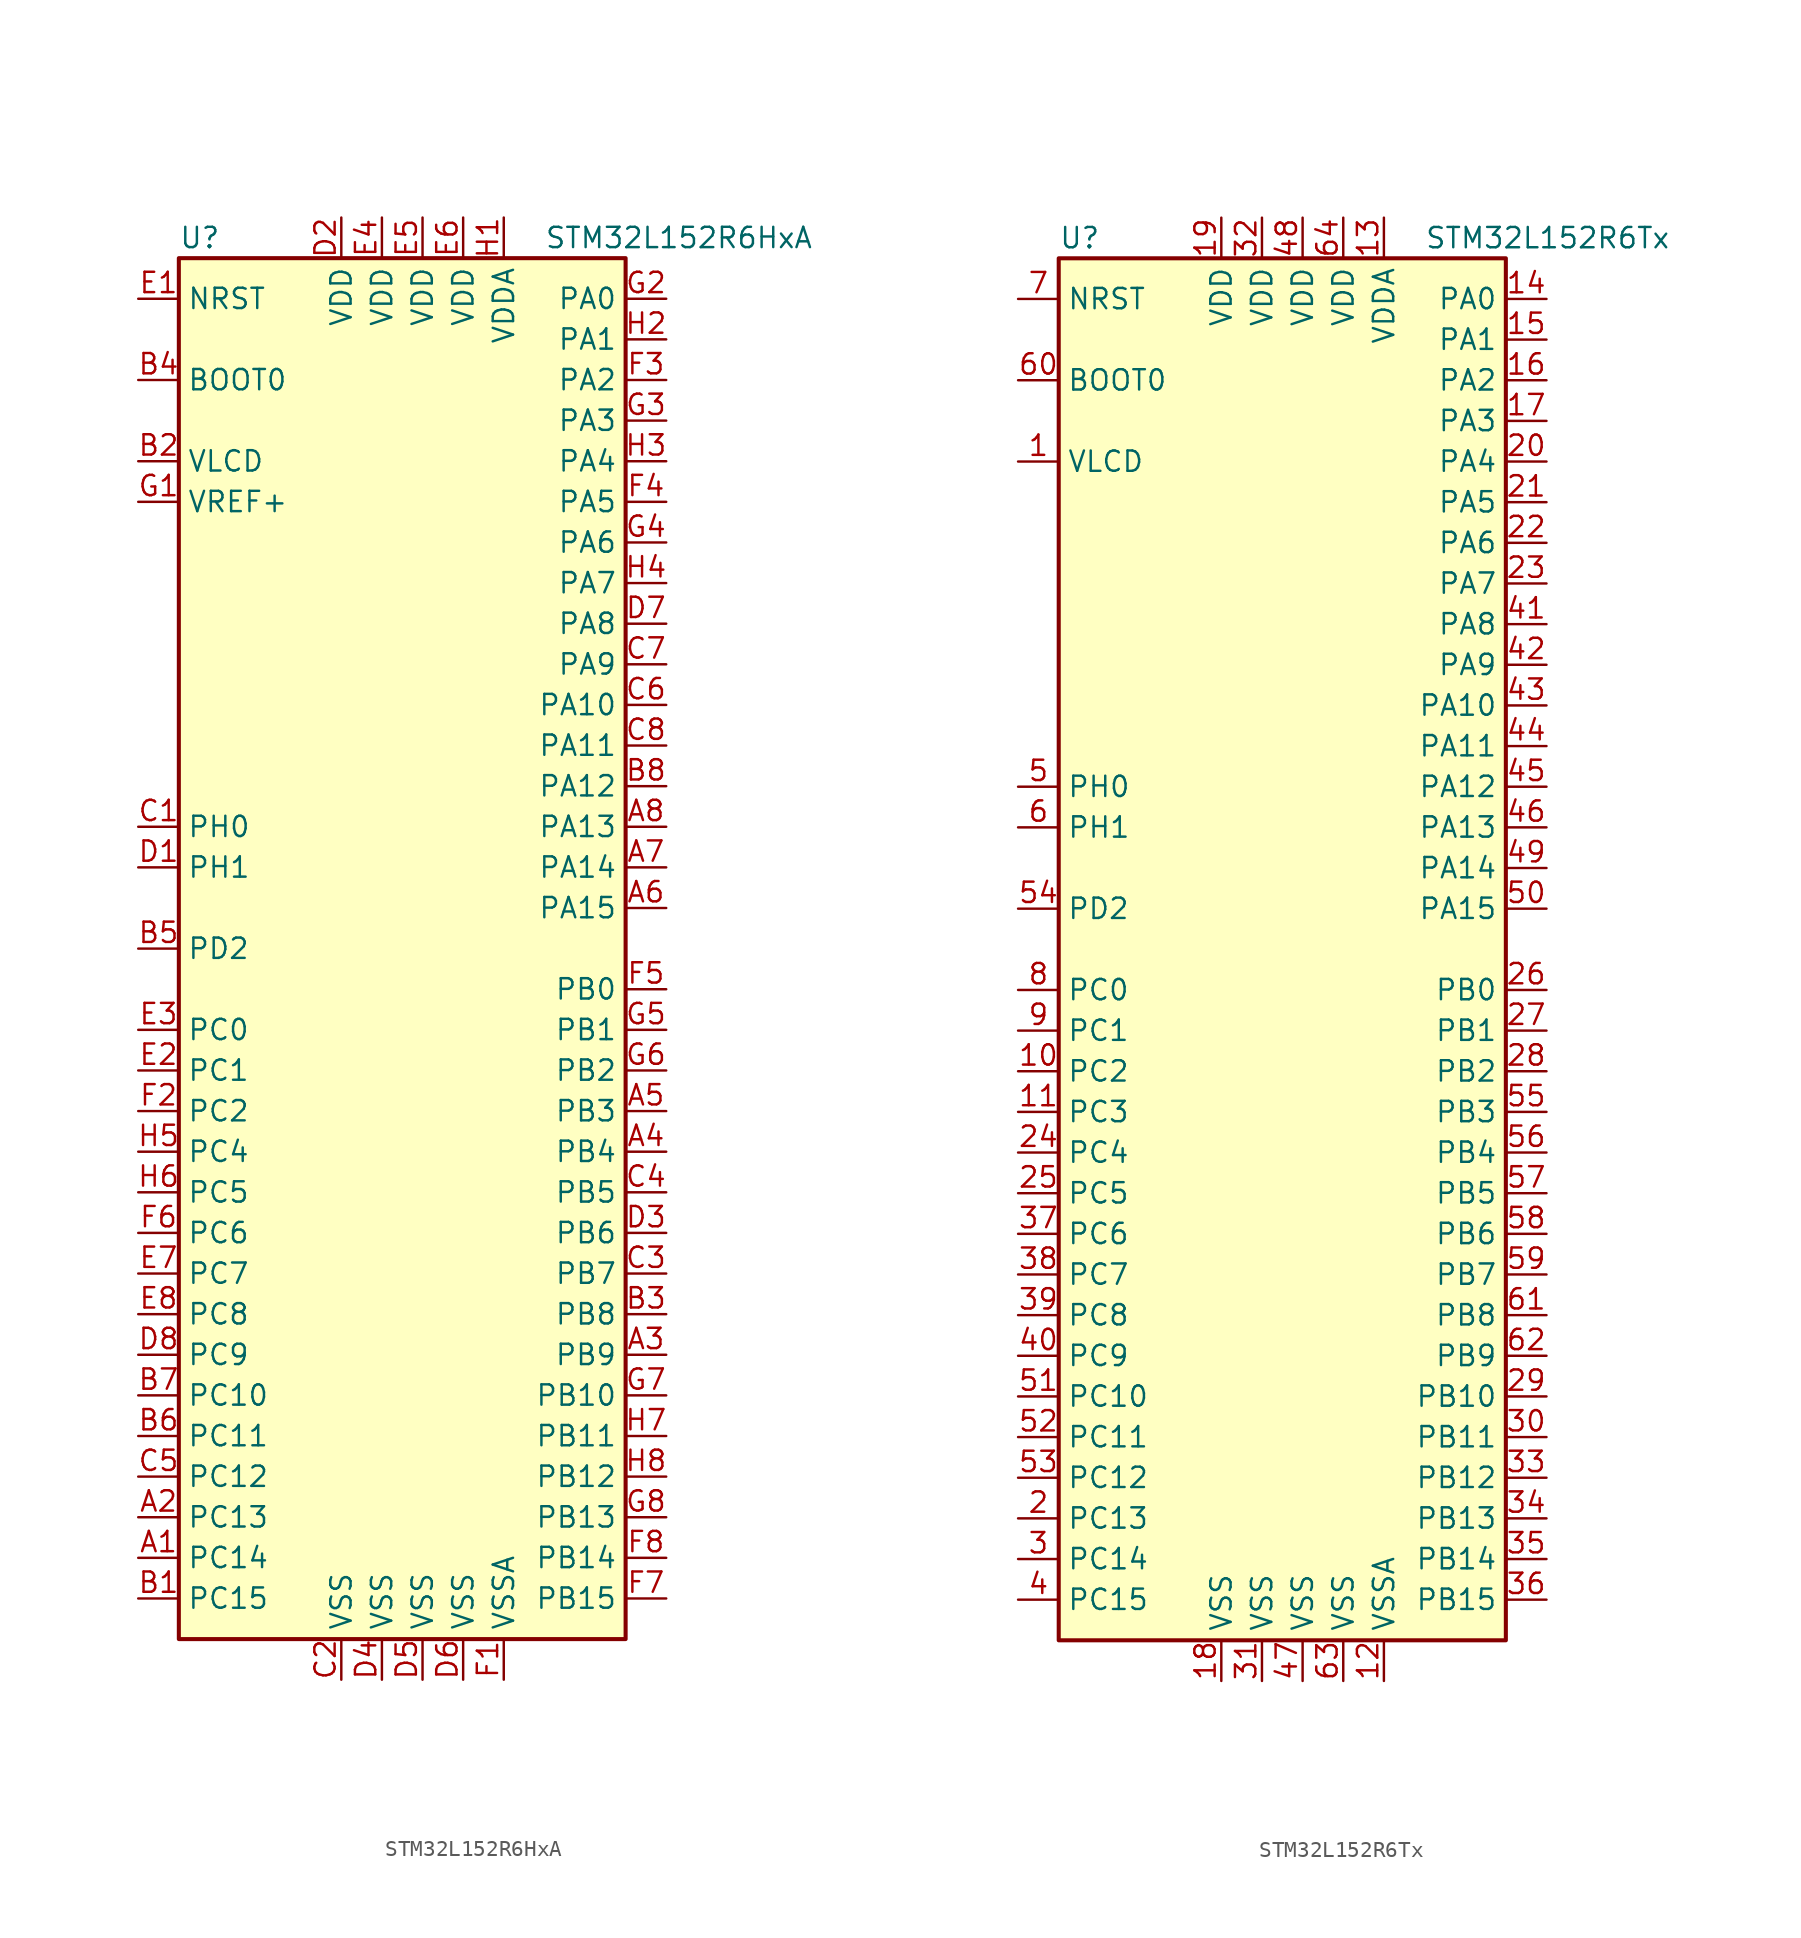
<source format=kicad_sym>
(kicad_symbol_lib
  (version 20201005)
  (generator kicad_symbol_editor)
  (symbol "STM32L152R6HxA"
    (property "Reference" "U"
      (at -15.24 44.45 0)
      (effects (font (size 1.27 1.27)) (justify left)))
    (property "Value" "STM32L152R6HxA"
      (at 7.62 44.45 0)
      (effects (font (size 1.27 1.27)) (justify left)))
    (symbol "STM32L152R6HxA_0_1"
      (rectangle (start -15.24 -43.18) (end 12.7 43.18) (stroke (width 0.254)) (fill (type background))))
    (symbol "STM32L152R6HxA_1_1"
      (pin input line (at -17.78 35.56 0) (length 2.54) (name "BOOT0" (effects (font (size 1.27 1.27)))) (number "B4" (effects (font (size 1.27 1.27)))))
      (pin input line (at -17.78 40.64 0) (length 2.54) (name "NRST" (effects (font (size 1.27 1.27)))) (number "E1" (effects (font (size 1.27 1.27)))))
      (pin bidirectional line (at 15.24 40.64 180) (length 2.54) (name "PA0" (effects (font (size 1.27 1.27)))) (number "G2" (effects (font (size 1.27 1.27)))))
      (pin bidirectional line (at 15.24 38.1 180) (length 2.54) (name "PA1" (effects (font (size 1.27 1.27)))) (number "H2" (effects (font (size 1.27 1.27)))))
      (pin bidirectional line (at 15.24 15.24 180) (length 2.54) (name "PA10" (effects (font (size 1.27 1.27)))) (number "C6" (effects (font (size 1.27 1.27)))))
      (pin bidirectional line (at 15.24 12.7 180) (length 2.54) (name "PA11" (effects (font (size 1.27 1.27)))) (number "C8" (effects (font (size 1.27 1.27)))))
      (pin bidirectional line (at 15.24 10.16 180) (length 2.54) (name "PA12" (effects (font (size 1.27 1.27)))) (number "B8" (effects (font (size 1.27 1.27)))))
      (pin bidirectional line (at 15.24 7.62 180) (length 2.54) (name "PA13" (effects (font (size 1.27 1.27)))) (number "A8" (effects (font (size 1.27 1.27)))))
      (pin bidirectional line (at 15.24 5.08 180) (length 2.54) (name "PA14" (effects (font (size 1.27 1.27)))) (number "A7" (effects (font (size 1.27 1.27)))))
      (pin bidirectional line (at 15.24 2.54 180) (length 2.54) (name "PA15" (effects (font (size 1.27 1.27)))) (number "A6" (effects (font (size 1.27 1.27)))))
      (pin bidirectional line (at 15.24 35.56 180) (length 2.54) (name "PA2" (effects (font (size 1.27 1.27)))) (number "F3" (effects (font (size 1.27 1.27)))))
      (pin bidirectional line (at 15.24 33.02 180) (length 2.54) (name "PA3" (effects (font (size 1.27 1.27)))) (number "G3" (effects (font (size 1.27 1.27)))))
      (pin bidirectional line (at 15.24 30.48 180) (length 2.54) (name "PA4" (effects (font (size 1.27 1.27)))) (number "H3" (effects (font (size 1.27 1.27)))))
      (pin bidirectional line (at 15.24 27.94 180) (length 2.54) (name "PA5" (effects (font (size 1.27 1.27)))) (number "F4" (effects (font (size 1.27 1.27)))))
      (pin bidirectional line (at 15.24 25.4 180) (length 2.54) (name "PA6" (effects (font (size 1.27 1.27)))) (number "G4" (effects (font (size 1.27 1.27)))))
      (pin bidirectional line (at 15.24 22.86 180) (length 2.54) (name "PA7" (effects (font (size 1.27 1.27)))) (number "H4" (effects (font (size 1.27 1.27)))))
      (pin bidirectional line (at 15.24 20.32 180) (length 2.54) (name "PA8" (effects (font (size 1.27 1.27)))) (number "D7" (effects (font (size 1.27 1.27)))))
      (pin bidirectional line (at 15.24 17.78 180) (length 2.54) (name "PA9" (effects (font (size 1.27 1.27)))) (number "C7" (effects (font (size 1.27 1.27)))))
      (pin bidirectional line (at 15.24 -2.54 180) (length 2.54) (name "PB0" (effects (font (size 1.27 1.27)))) (number "F5" (effects (font (size 1.27 1.27)))))
      (pin bidirectional line (at 15.24 -5.08 180) (length 2.54) (name "PB1" (effects (font (size 1.27 1.27)))) (number "G5" (effects (font (size 1.27 1.27)))))
      (pin bidirectional line (at 15.24 -27.94 180) (length 2.54) (name "PB10" (effects (font (size 1.27 1.27)))) (number "G7" (effects (font (size 1.27 1.27)))))
      (pin bidirectional line (at 15.24 -30.48 180) (length 2.54) (name "PB11" (effects (font (size 1.27 1.27)))) (number "H7" (effects (font (size 1.27 1.27)))))
      (pin bidirectional line (at 15.24 -33.02 180) (length 2.54) (name "PB12" (effects (font (size 1.27 1.27)))) (number "H8" (effects (font (size 1.27 1.27)))))
      (pin bidirectional line (at 15.24 -35.56 180) (length 2.54) (name "PB13" (effects (font (size 1.27 1.27)))) (number "G8" (effects (font (size 1.27 1.27)))))
      (pin bidirectional line (at 15.24 -38.1 180) (length 2.54) (name "PB14" (effects (font (size 1.27 1.27)))) (number "F8" (effects (font (size 1.27 1.27)))))
      (pin bidirectional line (at 15.24 -40.64 180) (length 2.54) (name "PB15" (effects (font (size 1.27 1.27)))) (number "F7" (effects (font (size 1.27 1.27)))))
      (pin bidirectional line (at 15.24 -7.62 180) (length 2.54) (name "PB2" (effects (font (size 1.27 1.27)))) (number "G6" (effects (font (size 1.27 1.27)))))
      (pin bidirectional line (at 15.24 -10.16 180) (length 2.54) (name "PB3" (effects (font (size 1.27 1.27)))) (number "A5" (effects (font (size 1.27 1.27)))))
      (pin bidirectional line (at 15.24 -12.7 180) (length 2.54) (name "PB4" (effects (font (size 1.27 1.27)))) (number "A4" (effects (font (size 1.27 1.27)))))
      (pin bidirectional line (at 15.24 -15.24 180) (length 2.54) (name "PB5" (effects (font (size 1.27 1.27)))) (number "C4" (effects (font (size 1.27 1.27)))))
      (pin bidirectional line (at 15.24 -17.78 180) (length 2.54) (name "PB6" (effects (font (size 1.27 1.27)))) (number "D3" (effects (font (size 1.27 1.27)))))
      (pin bidirectional line (at 15.24 -20.32 180) (length 2.54) (name "PB7" (effects (font (size 1.27 1.27)))) (number "C3" (effects (font (size 1.27 1.27)))))
      (pin bidirectional line (at 15.24 -22.86 180) (length 2.54) (name "PB8" (effects (font (size 1.27 1.27)))) (number "B3" (effects (font (size 1.27 1.27)))))
      (pin bidirectional line (at 15.24 -25.4 180) (length 2.54) (name "PB9" (effects (font (size 1.27 1.27)))) (number "A3" (effects (font (size 1.27 1.27)))))
      (pin bidirectional line (at -17.78 -5.08 0) (length 2.54) (name "PC0" (effects (font (size 1.27 1.27)))) (number "E3" (effects (font (size 1.27 1.27)))))
      (pin bidirectional line (at -17.78 -7.62 0) (length 2.54) (name "PC1" (effects (font (size 1.27 1.27)))) (number "E2" (effects (font (size 1.27 1.27)))))
      (pin bidirectional line (at -17.78 -27.94 0) (length 2.54) (name "PC10" (effects (font (size 1.27 1.27)))) (number "B7" (effects (font (size 1.27 1.27)))))
      (pin bidirectional line (at -17.78 -30.48 0) (length 2.54) (name "PC11" (effects (font (size 1.27 1.27)))) (number "B6" (effects (font (size 1.27 1.27)))))
      (pin bidirectional line (at -17.78 -33.02 0) (length 2.54) (name "PC12" (effects (font (size 1.27 1.27)))) (number "C5" (effects (font (size 1.27 1.27)))))
      (pin bidirectional line (at -17.78 -35.56 0) (length 2.54) (name "PC13" (effects (font (size 1.27 1.27)))) (number "A2" (effects (font (size 1.27 1.27)))))
      (pin bidirectional line (at -17.78 -38.1 0) (length 2.54) (name "PC14" (effects (font (size 1.27 1.27)))) (number "A1" (effects (font (size 1.27 1.27)))))
      (pin bidirectional line (at -17.78 -40.64 0) (length 2.54) (name "PC15" (effects (font (size 1.27 1.27)))) (number "B1" (effects (font (size 1.27 1.27)))))
      (pin bidirectional line (at -17.78 -10.16 0) (length 2.54) (name "PC2" (effects (font (size 1.27 1.27)))) (number "F2" (effects (font (size 1.27 1.27)))))
      (pin bidirectional line (at -17.78 -12.7 0) (length 2.54) (name "PC4" (effects (font (size 1.27 1.27)))) (number "H5" (effects (font (size 1.27 1.27)))))
      (pin bidirectional line (at -17.78 -15.24 0) (length 2.54) (name "PC5" (effects (font (size 1.27 1.27)))) (number "H6" (effects (font (size 1.27 1.27)))))
      (pin bidirectional line (at -17.78 -17.78 0) (length 2.54) (name "PC6" (effects (font (size 1.27 1.27)))) (number "F6" (effects (font (size 1.27 1.27)))))
      (pin bidirectional line (at -17.78 -20.32 0) (length 2.54) (name "PC7" (effects (font (size 1.27 1.27)))) (number "E7" (effects (font (size 1.27 1.27)))))
      (pin bidirectional line (at -17.78 -22.86 0) (length 2.54) (name "PC8" (effects (font (size 1.27 1.27)))) (number "E8" (effects (font (size 1.27 1.27)))))
      (pin bidirectional line (at -17.78 -25.4 0) (length 2.54) (name "PC9" (effects (font (size 1.27 1.27)))) (number "D8" (effects (font (size 1.27 1.27)))))
      (pin bidirectional line (at -17.78 0 0) (length 2.54) (name "PD2" (effects (font (size 1.27 1.27)))) (number "B5" (effects (font (size 1.27 1.27)))))
      (pin input line (at -17.78 7.62 0) (length 2.54) (name "PH0" (effects (font (size 1.27 1.27)))) (number "C1" (effects (font (size 1.27 1.27)))))
      (pin input line (at -17.78 5.08 0) (length 2.54) (name "PH1" (effects (font (size 1.27 1.27)))) (number "D1" (effects (font (size 1.27 1.27)))))
      (pin power_in line (at -5.08 45.72 270) (length 2.54) (name "VDD" (effects (font (size 1.27 1.27)))) (number "D2" (effects (font (size 1.27 1.27)))))
      (pin power_in line (at -2.54 45.72 270) (length 2.54) (name "VDD" (effects (font (size 1.27 1.27)))) (number "E4" (effects (font (size 1.27 1.27)))))
      (pin power_in line (at 0 45.72 270) (length 2.54) (name "VDD" (effects (font (size 1.27 1.27)))) (number "E5" (effects (font (size 1.27 1.27)))))
      (pin power_in line (at 2.54 45.72 270) (length 2.54) (name "VDD" (effects (font (size 1.27 1.27)))) (number "E6" (effects (font (size 1.27 1.27)))))
      (pin power_in line (at 5.08 45.72 270) (length 2.54) (name "VDDA" (effects (font (size 1.27 1.27)))) (number "H1" (effects (font (size 1.27 1.27)))))
      (pin power_in line (at -17.78 30.48 0) (length 2.54) (name "VLCD" (effects (font (size 1.27 1.27)))) (number "B2" (effects (font (size 1.27 1.27)))))
      (pin power_in line (at -17.78 27.94 0) (length 2.54) (name "VREF+" (effects (font (size 1.27 1.27)))) (number "G1" (effects (font (size 1.27 1.27)))))
      (pin power_in line (at -5.08 -45.72 90) (length 2.54) (name "VSS" (effects (font (size 1.27 1.27)))) (number "C2" (effects (font (size 1.27 1.27)))))
      (pin power_in line (at -2.54 -45.72 90) (length 2.54) (name "VSS" (effects (font (size 1.27 1.27)))) (number "D4" (effects (font (size 1.27 1.27)))))
      (pin power_in line (at 0 -45.72 90) (length 2.54) (name "VSS" (effects (font (size 1.27 1.27)))) (number "D5" (effects (font (size 1.27 1.27)))))
      (pin power_in line (at 2.54 -45.72 90) (length 2.54) (name "VSS" (effects (font (size 1.27 1.27)))) (number "D6" (effects (font (size 1.27 1.27)))))
      (pin power_in line (at 5.08 -45.72 90) (length 2.54) (name "VSSA" (effects (font (size 1.27 1.27)))) (number "F1" (effects (font (size 1.27 1.27)))))))
  (symbol "STM32L152R6Tx"
    (property "Reference" "U"
      (at -15.24 44.45 0)
      (effects (font (size 1.27 1.27)) (justify left)))
    (property "Value" "STM32L152R6Tx"
      (at 7.62 44.45 0)
      (effects (font (size 1.27 1.27)) (justify left)))
    (symbol "STM32L152R6Tx_0_1"
      (rectangle (start -15.24 -43.18) (end 12.7 43.18) (stroke (width 0.254)) (fill (type background))))
    (symbol "STM32L152R6Tx_1_1"
      (pin input line (at -17.78 35.56 0) (length 2.54) (name "BOOT0" (effects (font (size 1.27 1.27)))) (number "60" (effects (font (size 1.27 1.27)))))
      (pin input line (at -17.78 40.64 0) (length 2.54) (name "NRST" (effects (font (size 1.27 1.27)))) (number "7" (effects (font (size 1.27 1.27)))))
      (pin bidirectional line (at 15.24 40.64 180) (length 2.54) (name "PA0" (effects (font (size 1.27 1.27)))) (number "14" (effects (font (size 1.27 1.27)))))
      (pin bidirectional line (at 15.24 38.1 180) (length 2.54) (name "PA1" (effects (font (size 1.27 1.27)))) (number "15" (effects (font (size 1.27 1.27)))))
      (pin bidirectional line (at 15.24 15.24 180) (length 2.54) (name "PA10" (effects (font (size 1.27 1.27)))) (number "43" (effects (font (size 1.27 1.27)))))
      (pin bidirectional line (at 15.24 12.7 180) (length 2.54) (name "PA11" (effects (font (size 1.27 1.27)))) (number "44" (effects (font (size 1.27 1.27)))))
      (pin bidirectional line (at 15.24 10.16 180) (length 2.54) (name "PA12" (effects (font (size 1.27 1.27)))) (number "45" (effects (font (size 1.27 1.27)))))
      (pin bidirectional line (at 15.24 7.62 180) (length 2.54) (name "PA13" (effects (font (size 1.27 1.27)))) (number "46" (effects (font (size 1.27 1.27)))))
      (pin bidirectional line (at 15.24 5.08 180) (length 2.54) (name "PA14" (effects (font (size 1.27 1.27)))) (number "49" (effects (font (size 1.27 1.27)))))
      (pin bidirectional line (at 15.24 2.54 180) (length 2.54) (name "PA15" (effects (font (size 1.27 1.27)))) (number "50" (effects (font (size 1.27 1.27)))))
      (pin bidirectional line (at 15.24 35.56 180) (length 2.54) (name "PA2" (effects (font (size 1.27 1.27)))) (number "16" (effects (font (size 1.27 1.27)))))
      (pin bidirectional line (at 15.24 33.02 180) (length 2.54) (name "PA3" (effects (font (size 1.27 1.27)))) (number "17" (effects (font (size 1.27 1.27)))))
      (pin bidirectional line (at 15.24 30.48 180) (length 2.54) (name "PA4" (effects (font (size 1.27 1.27)))) (number "20" (effects (font (size 1.27 1.27)))))
      (pin bidirectional line (at 15.24 27.94 180) (length 2.54) (name "PA5" (effects (font (size 1.27 1.27)))) (number "21" (effects (font (size 1.27 1.27)))))
      (pin bidirectional line (at 15.24 25.4 180) (length 2.54) (name "PA6" (effects (font (size 1.27 1.27)))) (number "22" (effects (font (size 1.27 1.27)))))
      (pin bidirectional line (at 15.24 22.86 180) (length 2.54) (name "PA7" (effects (font (size 1.27 1.27)))) (number "23" (effects (font (size 1.27 1.27)))))
      (pin bidirectional line (at 15.24 20.32 180) (length 2.54) (name "PA8" (effects (font (size 1.27 1.27)))) (number "41" (effects (font (size 1.27 1.27)))))
      (pin bidirectional line (at 15.24 17.78 180) (length 2.54) (name "PA9" (effects (font (size 1.27 1.27)))) (number "42" (effects (font (size 1.27 1.27)))))
      (pin bidirectional line (at 15.24 -2.54 180) (length 2.54) (name "PB0" (effects (font (size 1.27 1.27)))) (number "26" (effects (font (size 1.27 1.27)))))
      (pin bidirectional line (at 15.24 -5.08 180) (length 2.54) (name "PB1" (effects (font (size 1.27 1.27)))) (number "27" (effects (font (size 1.27 1.27)))))
      (pin bidirectional line (at 15.24 -27.94 180) (length 2.54) (name "PB10" (effects (font (size 1.27 1.27)))) (number "29" (effects (font (size 1.27 1.27)))))
      (pin bidirectional line (at 15.24 -30.48 180) (length 2.54) (name "PB11" (effects (font (size 1.27 1.27)))) (number "30" (effects (font (size 1.27 1.27)))))
      (pin bidirectional line (at 15.24 -33.02 180) (length 2.54) (name "PB12" (effects (font (size 1.27 1.27)))) (number "33" (effects (font (size 1.27 1.27)))))
      (pin bidirectional line (at 15.24 -35.56 180) (length 2.54) (name "PB13" (effects (font (size 1.27 1.27)))) (number "34" (effects (font (size 1.27 1.27)))))
      (pin bidirectional line (at 15.24 -38.1 180) (length 2.54) (name "PB14" (effects (font (size 1.27 1.27)))) (number "35" (effects (font (size 1.27 1.27)))))
      (pin bidirectional line (at 15.24 -40.64 180) (length 2.54) (name "PB15" (effects (font (size 1.27 1.27)))) (number "36" (effects (font (size 1.27 1.27)))))
      (pin bidirectional line (at 15.24 -7.62 180) (length 2.54) (name "PB2" (effects (font (size 1.27 1.27)))) (number "28" (effects (font (size 1.27 1.27)))))
      (pin bidirectional line (at 15.24 -10.16 180) (length 2.54) (name "PB3" (effects (font (size 1.27 1.27)))) (number "55" (effects (font (size 1.27 1.27)))))
      (pin bidirectional line (at 15.24 -12.7 180) (length 2.54) (name "PB4" (effects (font (size 1.27 1.27)))) (number "56" (effects (font (size 1.27 1.27)))))
      (pin bidirectional line (at 15.24 -15.24 180) (length 2.54) (name "PB5" (effects (font (size 1.27 1.27)))) (number "57" (effects (font (size 1.27 1.27)))))
      (pin bidirectional line (at 15.24 -17.78 180) (length 2.54) (name "PB6" (effects (font (size 1.27 1.27)))) (number "58" (effects (font (size 1.27 1.27)))))
      (pin bidirectional line (at 15.24 -20.32 180) (length 2.54) (name "PB7" (effects (font (size 1.27 1.27)))) (number "59" (effects (font (size 1.27 1.27)))))
      (pin bidirectional line (at 15.24 -22.86 180) (length 2.54) (name "PB8" (effects (font (size 1.27 1.27)))) (number "61" (effects (font (size 1.27 1.27)))))
      (pin bidirectional line (at 15.24 -25.4 180) (length 2.54) (name "PB9" (effects (font (size 1.27 1.27)))) (number "62" (effects (font (size 1.27 1.27)))))
      (pin bidirectional line (at -17.78 -2.54 0) (length 2.54) (name "PC0" (effects (font (size 1.27 1.27)))) (number "8" (effects (font (size 1.27 1.27)))))
      (pin bidirectional line (at -17.78 -5.08 0) (length 2.54) (name "PC1" (effects (font (size 1.27 1.27)))) (number "9" (effects (font (size 1.27 1.27)))))
      (pin bidirectional line (at -17.78 -27.94 0) (length 2.54) (name "PC10" (effects (font (size 1.27 1.27)))) (number "51" (effects (font (size 1.27 1.27)))))
      (pin bidirectional line (at -17.78 -30.48 0) (length 2.54) (name "PC11" (effects (font (size 1.27 1.27)))) (number "52" (effects (font (size 1.27 1.27)))))
      (pin bidirectional line (at -17.78 -33.02 0) (length 2.54) (name "PC12" (effects (font (size 1.27 1.27)))) (number "53" (effects (font (size 1.27 1.27)))))
      (pin bidirectional line (at -17.78 -35.56 0) (length 2.54) (name "PC13" (effects (font (size 1.27 1.27)))) (number "2" (effects (font (size 1.27 1.27)))))
      (pin bidirectional line (at -17.78 -38.1 0) (length 2.54) (name "PC14" (effects (font (size 1.27 1.27)))) (number "3" (effects (font (size 1.27 1.27)))))
      (pin bidirectional line (at -17.78 -40.64 0) (length 2.54) (name "PC15" (effects (font (size 1.27 1.27)))) (number "4" (effects (font (size 1.27 1.27)))))
      (pin bidirectional line (at -17.78 -7.62 0) (length 2.54) (name "PC2" (effects (font (size 1.27 1.27)))) (number "10" (effects (font (size 1.27 1.27)))))
      (pin bidirectional line (at -17.78 -10.16 0) (length 2.54) (name "PC3" (effects (font (size 1.27 1.27)))) (number "11" (effects (font (size 1.27 1.27)))))
      (pin bidirectional line (at -17.78 -12.7 0) (length 2.54) (name "PC4" (effects (font (size 1.27 1.27)))) (number "24" (effects (font (size 1.27 1.27)))))
      (pin bidirectional line (at -17.78 -15.24 0) (length 2.54) (name "PC5" (effects (font (size 1.27 1.27)))) (number "25" (effects (font (size 1.27 1.27)))))
      (pin bidirectional line (at -17.78 -17.78 0) (length 2.54) (name "PC6" (effects (font (size 1.27 1.27)))) (number "37" (effects (font (size 1.27 1.27)))))
      (pin bidirectional line (at -17.78 -20.32 0) (length 2.54) (name "PC7" (effects (font (size 1.27 1.27)))) (number "38" (effects (font (size 1.27 1.27)))))
      (pin bidirectional line (at -17.78 -22.86 0) (length 2.54) (name "PC8" (effects (font (size 1.27 1.27)))) (number "39" (effects (font (size 1.27 1.27)))))
      (pin bidirectional line (at -17.78 -25.4 0) (length 2.54) (name "PC9" (effects (font (size 1.27 1.27)))) (number "40" (effects (font (size 1.27 1.27)))))
      (pin bidirectional line (at -17.78 2.54 0) (length 2.54) (name "PD2" (effects (font (size 1.27 1.27)))) (number "54" (effects (font (size 1.27 1.27)))))
      (pin input line (at -17.78 10.16 0) (length 2.54) (name "PH0" (effects (font (size 1.27 1.27)))) (number "5" (effects (font (size 1.27 1.27)))))
      (pin input line (at -17.78 7.62 0) (length 2.54) (name "PH1" (effects (font (size 1.27 1.27)))) (number "6" (effects (font (size 1.27 1.27)))))
      (pin power_in line (at -5.08 45.72 270) (length 2.54) (name "VDD" (effects (font (size 1.27 1.27)))) (number "19" (effects (font (size 1.27 1.27)))))
      (pin power_in line (at -2.54 45.72 270) (length 2.54) (name "VDD" (effects (font (size 1.27 1.27)))) (number "32" (effects (font (size 1.27 1.27)))))
      (pin power_in line (at 0 45.72 270) (length 2.54) (name "VDD" (effects (font (size 1.27 1.27)))) (number "48" (effects (font (size 1.27 1.27)))))
      (pin power_in line (at 2.54 45.72 270) (length 2.54) (name "VDD" (effects (font (size 1.27 1.27)))) (number "64" (effects (font (size 1.27 1.27)))))
      (pin power_in line (at 5.08 45.72 270) (length 2.54) (name "VDDA" (effects (font (size 1.27 1.27)))) (number "13" (effects (font (size 1.27 1.27)))))
      (pin power_in line (at -17.78 30.48 0) (length 2.54) (name "VLCD" (effects (font (size 1.27 1.27)))) (number "1" (effects (font (size 1.27 1.27)))))
      (pin power_in line (at -5.08 -45.72 90) (length 2.54) (name "VSS" (effects (font (size 1.27 1.27)))) (number "18" (effects (font (size 1.27 1.27)))))
      (pin power_in line (at -2.54 -45.72 90) (length 2.54) (name "VSS" (effects (font (size 1.27 1.27)))) (number "31" (effects (font (size 1.27 1.27)))))
      (pin power_in line (at 0 -45.72 90) (length 2.54) (name "VSS" (effects (font (size 1.27 1.27)))) (number "47" (effects (font (size 1.27 1.27)))))
      (pin power_in line (at 2.54 -45.72 90) (length 2.54) (name "VSS" (effects (font (size 1.27 1.27)))) (number "63" (effects (font (size 1.27 1.27)))))
      (pin power_in line (at 5.08 -45.72 90) (length 2.54) (name "VSSA" (effects (font (size 1.27 1.27)))) (number "12" (effects (font (size 1.27 1.27))))))))
</source>
